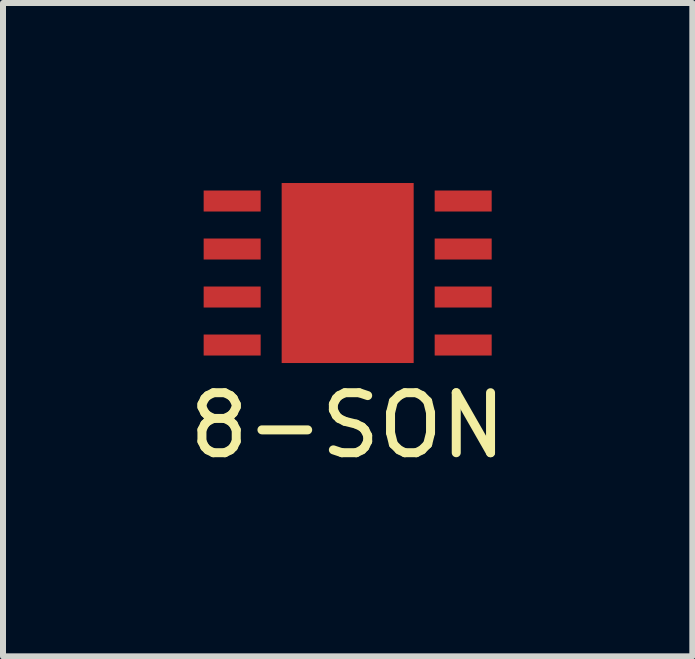
<source format=kicad_pcb>
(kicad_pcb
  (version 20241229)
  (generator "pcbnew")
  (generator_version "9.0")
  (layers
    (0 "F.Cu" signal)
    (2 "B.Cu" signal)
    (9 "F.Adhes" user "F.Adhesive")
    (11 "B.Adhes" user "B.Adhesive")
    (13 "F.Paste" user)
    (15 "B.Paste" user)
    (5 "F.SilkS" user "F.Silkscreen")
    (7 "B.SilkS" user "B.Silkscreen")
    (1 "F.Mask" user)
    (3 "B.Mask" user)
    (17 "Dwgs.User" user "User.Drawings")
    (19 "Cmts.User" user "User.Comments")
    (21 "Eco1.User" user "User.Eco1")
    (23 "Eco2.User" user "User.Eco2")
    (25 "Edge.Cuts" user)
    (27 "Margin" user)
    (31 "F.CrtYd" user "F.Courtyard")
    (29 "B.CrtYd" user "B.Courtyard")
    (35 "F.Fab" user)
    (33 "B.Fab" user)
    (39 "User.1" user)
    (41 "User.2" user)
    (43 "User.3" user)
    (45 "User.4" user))
  (footprint "8-SON"
    (layer "F.Cu")
    (at 2.744 1.5)
    (property "Reference" "8-SON" (at 0 2.54 0) (layer "F.SilkS") (effects (font (size 1 1) (thickness 0.15))))
    (attr through_hole)
    (pad "1" smd rect (at -1.925 -1.2 90) (size 0.35 0.95) (layers "F.Cu" "F.Mask" "F.Paste"))
    (pad "2" smd rect (at -1.925 -0.4 90) (size 0.35 0.95) (layers "F.Cu" "F.Mask" "F.Paste"))
    (pad "3" smd rect (at -1.925 0.4 90) (size 0.35 0.95) (layers "F.Cu" "F.Mask" "F.Paste"))
    (pad "4" smd rect (at -1.925 1.2 90) (size 0.35 0.95) (layers "F.Cu" "F.Mask" "F.Paste"))
    (pad "5" smd rect (at 1.925 1.2 90) (size 0.35 0.95) (layers "F.Cu" "F.Mask" "F.Paste"))
    (pad "6" smd rect (at 1.925 0.4 90) (size 0.35 0.95) (layers "F.Cu" "F.Mask" "F.Paste"))
    (pad "7" smd rect (at 1.925 -0.4 90) (size 0.35 0.95) (layers "F.Cu" "F.Mask" "F.Paste"))
    (pad "8" smd rect (at 1.925 -1.2 90) (size 0.35 0.95) (layers "F.Cu" "F.Mask" "F.Paste"))
    (pad "9" smd rect (at 0 0 90) (size 3 2.2) (layers "F.Cu" "F.Mask" "F.Paste")))
  (gr_rect
    (start -3 -3)
    (end 8.488 7.888)
    (stroke (width 0.1) (type default))
    (fill no)
    (layer "Edge.Cuts")))
</source>
